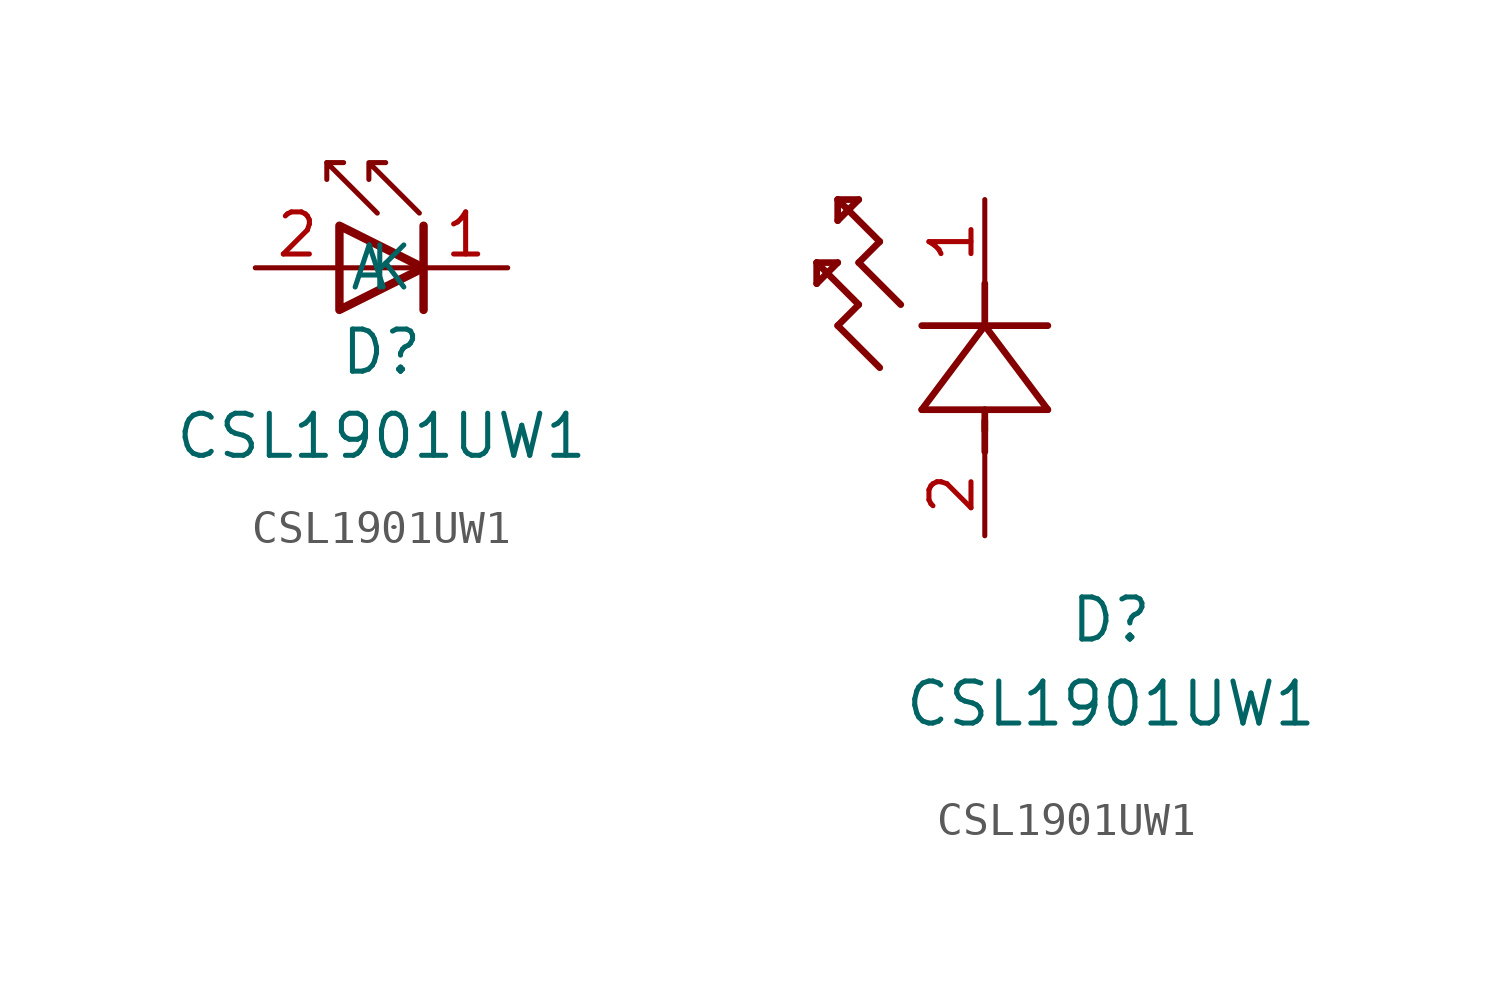
<source format=kicad_sym>
(kicad_symbol_lib
  (version 20231120)
  (generator "kicad_symbol_editor")
  (generator_version "8.0")
  (symbol "CSL1901UW1"
    (pin_names
      (offset 0.254))
    (property "Reference" "D"
      (at 3.81 -2.54 0)
      (effects (font (size 1.27 1.27))))
    (property "Value" "CSL1901UW1"
      (at 3.81 -5.08 0)
      (effects (font (size 1.27 1.27))))
    (symbol "CSL1901UW1_0_1"
      (polyline (pts (xy 2.159 3.175) (xy 2.667 3.175)) (stroke (width 0) (type default)) (fill (type none)))
      (polyline (pts (xy 2.54 0) (xy 5.08 0)) (stroke (width 0) (type default)) (fill (type none)))
      (polyline (pts (xy 5.08 1.27) (xy 5.08 -1.27)) (stroke (width 0.254) (type default)) (fill (type none)))
      (polyline (pts (xy 3.683 1.651) (xy 2.159 3.175) (xy 2.159 2.667)) (stroke (width 0) (type default)) (fill (type none)))
      (polyline (pts (xy 2.54 -1.27) (xy 5.08 0) (xy 2.54 1.27) (xy 2.54 -1.27)) (stroke (width 0.254) (type default)) (fill (type none)))
      (polyline (pts (xy 4.953 1.651) (xy 3.429 3.175) (xy 3.429 2.667) (xy 3.429 3.175) (xy 3.937 3.175)) (stroke (width 0) (type default)) (fill (type none))))
    (symbol "CSL1901UW1_1_1"
      (pin passive line (at 7.62 0 180) (length 2.54) (name "K" (effects (font (size 1.27 1.27)))) (number "1" (effects (font (size 1.27 1.27)))))
      (pin passive line (at 0 0 0) (length 2.54) (name "A" (effects (font (size 1.27 1.27)))) (number "2" (effects (font (size 1.27 1.27))))))
    (symbol "CSL1901UW1_1_2"
      (polyline (pts (xy -5.08 7.62) (xy -4.445 8.255)) (stroke (width 0.203) (type default)) (fill (type none)))
      (polyline (pts (xy -5.08 8.255) (xy -5.08 7.62)) (stroke (width 0.203) (type default)) (fill (type none)))
      (polyline (pts (xy -4.445 6.35) (xy -3.81 6.985)) (stroke (width 0.203) (type default)) (fill (type none)))
      (polyline (pts (xy -4.445 8.255) (xy -5.08 8.255)) (stroke (width 0.203) (type default)) (fill (type none)))
      (polyline (pts (xy -4.445 9.525) (xy -3.81 10.16)) (stroke (width 0.203) (type default)) (fill (type none)))
      (polyline (pts (xy -4.445 10.16) (xy -4.445 9.525)) (stroke (width 0.203) (type default)) (fill (type none)))
      (polyline (pts (xy -3.81 6.985) (xy -5.08 8.255)) (stroke (width 0.203) (type default)) (fill (type none)))
      (polyline (pts (xy -3.81 8.255) (xy -3.175 8.89)) (stroke (width 0.203) (type default)) (fill (type none)))
      (polyline (pts (xy -3.81 10.16) (xy -4.445 10.16)) (stroke (width 0.203) (type default)) (fill (type none)))
      (polyline (pts (xy -3.175 5.08) (xy -4.445 6.35)) (stroke (width 0.203) (type default)) (fill (type none)))
      (polyline (pts (xy -3.175 8.89) (xy -4.445 10.16)) (stroke (width 0.203) (type default)) (fill (type none)))
      (polyline (pts (xy -2.54 6.985) (xy -3.81 8.255)) (stroke (width 0.203) (type default)) (fill (type none)))
      (polyline (pts (xy -1.905 3.81) (xy 1.905 3.81)) (stroke (width 0.203) (type default)) (fill (type none)))
      (polyline (pts (xy 0 2.54) (xy 0 3.48)) (stroke (width 0.203) (type default)) (fill (type none)))
      (polyline (pts (xy 0 3.175) (xy 0 3.81)) (stroke (width 0.203) (type default)) (fill (type none)))
      (polyline (pts (xy 0 6.35) (xy -1.905 3.81)) (stroke (width 0.203) (type default)) (fill (type none)))
      (polyline (pts (xy 0 6.35) (xy 0 7.62)) (stroke (width 0.203) (type default)) (fill (type none)))
      (polyline (pts (xy 1.905 3.81) (xy 0 6.35)) (stroke (width 0.203) (type default)) (fill (type none)))
      (polyline (pts (xy 1.905 6.35) (xy -1.905 6.35)) (stroke (width 0.203) (type default)) (fill (type none)))
      (pin unspecified line (at 0 10.16 270) (length 2.54) (name "" (effects (font (size 1.27 1.27)))) (number "1" (effects (font (size 1.27 1.27)))))
      (pin unspecified line (at 0 0 90) (length 2.54) (name "" (effects (font (size 1.27 1.27)))) (number "2" (effects (font (size 1.27 1.27))))))))
</source>
